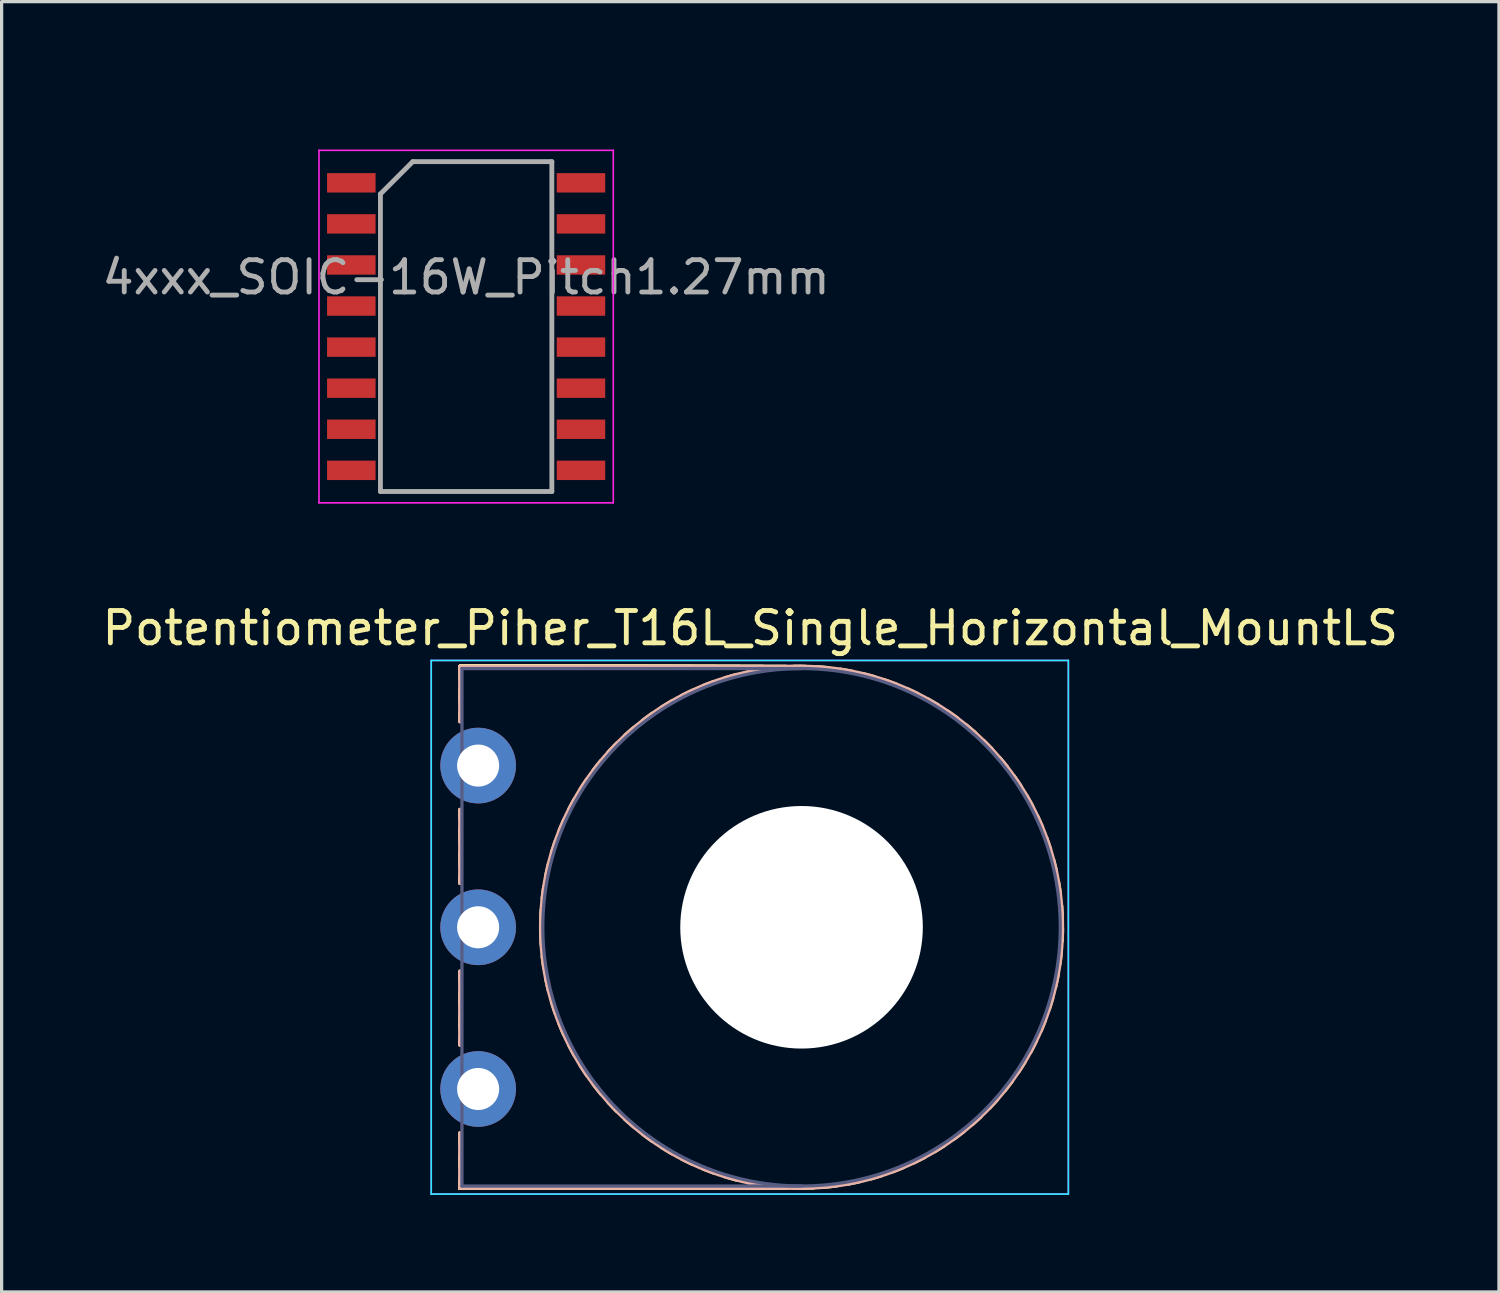
<source format=kicad_pcb>
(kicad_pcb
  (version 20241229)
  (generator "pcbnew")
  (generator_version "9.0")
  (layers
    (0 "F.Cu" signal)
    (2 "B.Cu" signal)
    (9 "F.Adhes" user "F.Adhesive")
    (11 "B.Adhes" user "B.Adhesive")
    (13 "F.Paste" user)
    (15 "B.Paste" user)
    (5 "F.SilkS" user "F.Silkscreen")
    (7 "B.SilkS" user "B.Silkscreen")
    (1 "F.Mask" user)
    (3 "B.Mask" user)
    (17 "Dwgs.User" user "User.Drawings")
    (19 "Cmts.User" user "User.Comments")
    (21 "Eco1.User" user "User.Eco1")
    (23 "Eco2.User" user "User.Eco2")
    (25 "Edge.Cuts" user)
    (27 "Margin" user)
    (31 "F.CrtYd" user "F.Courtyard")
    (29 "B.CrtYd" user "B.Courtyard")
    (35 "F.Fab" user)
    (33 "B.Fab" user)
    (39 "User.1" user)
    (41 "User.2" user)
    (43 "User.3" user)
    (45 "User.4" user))
  (footprint "4xxx_SOIC-16W_Pitch1.27mm"
    (layer "F.Cu")
    (at 11.363 7.048)
    (property "Reference" "4xxx_SOIC-16W_Pitch1.27mm" (at 0 -6.2 0) (layer "Eco2.User") (effects (font (size 1 1) (thickness 0.15))))
    (attr smd)
    (fp_line (start -4.55 -5.45) (end -4.55 5.45) (stroke (width 0.05) (type solid)) (layer "F.CrtYd"))
    (fp_line (start -4.55 -5.45) (end 4.55 -5.45) (stroke (width 0.05) (type solid)) (layer "F.CrtYd"))
    (fp_line (start -4.55 5.45) (end 4.55 5.45) (stroke (width 0.05) (type solid)) (layer "F.CrtYd"))
    (fp_line (start 4.55 -5.45) (end 4.55 5.45) (stroke (width 0.05) (type solid)) (layer "F.CrtYd"))
    (fp_line (start -2.65 -4.1) (end -1.65 -5.1) (stroke (width 0.15) (type solid)) (layer "F.Fab"))
    (fp_line (start -2.65 5.1) (end -2.65 -4.1) (stroke (width 0.15) (type solid)) (layer "F.Fab"))
    (fp_line (start -1.65 -5.1) (end 2.65 -5.1) (stroke (width 0.15) (type solid)) (layer "F.Fab"))
    (fp_line (start 2.65 -5.1) (end 2.65 5.1) (stroke (width 0.15) (type solid)) (layer "F.Fab"))
    (fp_line (start 2.65 5.1) (end -2.65 5.1) (stroke (width 0.15) (type solid)) (layer "F.Fab"))
    (fp_text user "${REFERENCE}" (at 0 -1.524 0) (layer "F.Fab") (effects (font (size 1 1) (thickness 0.15))))
    (pad "1" smd rect (at -3.55 -4.445) (size 1.5 0.6) (layers "F.Cu" "F.Mask" "F.Paste"))
    (pad "2" smd rect (at -3.55 -3.175) (size 1.5 0.6) (layers "F.Cu" "F.Mask" "F.Paste"))
    (pad "3" smd rect (at -3.55 -1.905) (size 1.5 0.6) (layers "F.Cu" "F.Mask" "F.Paste"))
    (pad "4" smd rect (at -3.55 -0.635) (size 1.5 0.6) (layers "F.Cu" "F.Mask" "F.Paste"))
    (pad "5" smd rect (at -3.55 0.635) (size 1.5 0.6) (layers "F.Cu" "F.Mask" "F.Paste"))
    (pad "6" smd rect (at -3.55 1.905) (size 1.5 0.6) (layers "F.Cu" "F.Mask" "F.Paste"))
    (pad "7" smd rect (at -3.55 3.175) (size 1.5 0.6) (layers "F.Cu" "F.Mask" "F.Paste"))
    (pad "8" smd rect (at -3.55 4.445) (size 1.5 0.6) (layers "F.Cu" "F.Mask" "F.Paste"))
    (pad "9" smd rect (at 3.55 4.445) (size 1.5 0.6) (layers "F.Cu" "F.Mask" "F.Paste"))
    (pad "10" smd rect (at 3.55 3.175) (size 1.5 0.6) (layers "F.Cu" "F.Mask" "F.Paste"))
    (pad "11" smd rect (at 3.55 1.905) (size 1.5 0.6) (layers "F.Cu" "F.Mask" "F.Paste"))
    (pad "12" smd rect (at 3.55 0.635) (size 1.5 0.6) (layers "F.Cu" "F.Mask" "F.Paste"))
    (pad "13" smd rect (at 3.55 -0.635) (size 1.5 0.6) (layers "F.Cu" "F.Mask" "F.Paste"))
    (pad "14" smd rect (at 3.55 -1.905) (size 1.5 0.6) (layers "F.Cu" "F.Mask" "F.Paste"))
    (pad "15" smd rect (at 3.55 -3.175) (size 1.5 0.6) (layers "F.Cu" "F.Mask" "F.Paste"))
    (pad "16" smd rect (at 3.55 -4.445) (size 1.5 0.6) (layers "F.Cu" "F.Mask" "F.Paste")))
  (footprint "Potentiometer_Piher_T16L_Single_Horizontal_MountLS"
    (layer "F.Cu")
    (at 11.734 30.622)
    (property "Reference" "Potentiometer_Piher_T16L_Single_Horizontal_MountLS" (at 8.415 -14.25 0) (layer "F.SilkS") (effects (font (size 1 1) (thickness 0.15))))
    (attr through_hole)
    (fp_line (start -0.56 -13.061) (end -0.56 -13.061) (stroke (width 0.12) (type solid)) (layer "F.SilkS"))
    (fp_line (start -0.56 -13.061) (end -0.56 -12.701) (stroke (width 0.12) (type solid)) (layer "F.SilkS"))
    (fp_line (start -0.56 -13.061) (end 0.16 -13.061) (stroke (width 0.12) (type solid)) (layer "F.SilkS"))
    (fp_line (start -0.56 -13.061) (end 0.88 -13.061) (stroke (width 0.12) (type solid)) (layer "F.SilkS"))
    (fp_line (start -0.56 -13.061) (end 1.6 -13.061) (stroke (width 0.12) (type solid)) (layer "F.SilkS"))
    (fp_line (start -0.56 -13.061) (end 2.32 -13.061) (stroke (width 0.12) (type solid)) (layer "F.SilkS"))
    (fp_line (start -0.56 -13.061) (end 3.04 -13.061) (stroke (width 0.12) (type solid)) (layer "F.SilkS"))
    (fp_line (start -0.56 -13.061) (end 3.76 -13.061) (stroke (width 0.12) (type solid)) (layer "F.SilkS"))
    (fp_line (start -0.56 -13.061) (end 4.48 -13.061) (stroke (width 0.12) (type solid)) (layer "F.SilkS"))
    (fp_line (start -0.56 -13.061) (end 5.2 -13.061) (stroke (width 0.12) (type solid)) (layer "F.SilkS"))
    (fp_line (start -0.56 -13.061) (end 5.92 -13.061) (stroke (width 0.12) (type solid)) (layer "F.SilkS"))
    (fp_line (start -0.56 -13.061) (end 6.64 -13.061) (stroke (width 0.12) (type solid)) (layer "F.SilkS"))
    (fp_line (start -0.56 -13.061) (end 7.36 -13.061) (stroke (width 0.12) (type solid)) (layer "F.SilkS"))
    (fp_line (start -0.56 -13.061) (end 8.08 -13.061) (stroke (width 0.12) (type solid)) (layer "F.SilkS"))
    (fp_line (start -0.56 -13.061) (end 8.8 -13.061) (stroke (width 0.12) (type solid)) (layer "F.SilkS"))
    (fp_line (start -0.56 -13.061) (end 9.52 -13.061) (stroke (width 0.12) (type solid)) (layer "F.SilkS"))
    (fp_line (start -0.56 -12.341) (end -0.56 -11.981) (stroke (width 0.12) (type solid)) (layer "F.SilkS"))
    (fp_line (start -0.56 -11.621) (end -0.56 -11.365) (stroke (width 0.12) (type solid)) (layer "F.SilkS"))
    (fp_line (start -0.56 -8.635) (end -0.56 -8.38) (stroke (width 0.12) (type solid)) (layer "F.SilkS"))
    (fp_line (start -0.56 -8.02) (end -0.56 -7.66) (stroke (width 0.12) (type solid)) (layer "F.SilkS"))
    (fp_line (start -0.56 -7.3) (end -0.56 -6.94) (stroke (width 0.12) (type solid)) (layer "F.SilkS"))
    (fp_line (start -0.56 -6.58) (end -0.56 -6.365) (stroke (width 0.12) (type solid)) (layer "F.SilkS"))
    (fp_line (start -0.56 -3.635) (end -0.56 -3.34) (stroke (width 0.12) (type solid)) (layer "F.SilkS"))
    (fp_line (start -0.56 -2.98) (end -0.56 -2.62) (stroke (width 0.12) (type solid)) (layer "F.SilkS"))
    (fp_line (start -0.56 -2.26) (end -0.56 -1.9) (stroke (width 0.12) (type solid)) (layer "F.SilkS"))
    (fp_line (start -0.56 -1.54) (end -0.56 -1.365) (stroke (width 0.12) (type solid)) (layer "F.SilkS"))
    (fp_line (start -0.56 1.365) (end -0.56 1.7) (stroke (width 0.12) (type solid)) (layer "F.SilkS"))
    (fp_line (start -0.56 2.06) (end -0.56 2.42) (stroke (width 0.12) (type solid)) (layer "F.SilkS"))
    (fp_line (start -0.56 2.78) (end -0.56 3.06) (stroke (width 0.12) (type solid)) (layer "F.SilkS"))
    (fp_line (start -0.56 3.06) (end -0.56 3.06) (stroke (width 0.12) (type solid)) (layer "F.SilkS"))
    (fp_line (start -0.56 3.06) (end 0.16 3.06) (stroke (width 0.12) (type solid)) (layer "F.SilkS"))
    (fp_line (start -0.56 3.06) (end 0.88 3.06) (stroke (width 0.12) (type solid)) (layer "F.SilkS"))
    (fp_line (start -0.56 3.06) (end 1.6 3.06) (stroke (width 0.12) (type solid)) (layer "F.SilkS"))
    (fp_line (start -0.56 3.06) (end 2.32 3.06) (stroke (width 0.12) (type solid)) (layer "F.SilkS"))
    (fp_line (start -0.56 3.06) (end 3.04 3.06) (stroke (width 0.12) (type solid)) (layer "F.SilkS"))
    (fp_line (start -0.56 3.06) (end 3.76 3.06) (stroke (width 0.12) (type solid)) (layer "F.SilkS"))
    (fp_line (start -0.56 3.06) (end 4.48 3.06) (stroke (width 0.12) (type solid)) (layer "F.SilkS"))
    (fp_line (start -0.56 3.06) (end 5.2 3.06) (stroke (width 0.12) (type solid)) (layer "F.SilkS"))
    (fp_line (start -0.56 3.06) (end 5.92 3.06) (stroke (width 0.12) (type solid)) (layer "F.SilkS"))
    (fp_line (start -0.56 3.06) (end 6.64 3.06) (stroke (width 0.12) (type solid)) (layer "F.SilkS"))
    (fp_line (start -0.56 3.06) (end 7.36 3.06) (stroke (width 0.12) (type solid)) (layer "F.SilkS"))
    (fp_line (start -0.56 3.06) (end 8.08 3.06) (stroke (width 0.12) (type solid)) (layer "F.SilkS"))
    (fp_line (start -0.56 3.06) (end 8.8 3.06) (stroke (width 0.12) (type solid)) (layer "F.SilkS"))
    (fp_line (start -0.56 3.06) (end 9.52 3.06) (stroke (width 0.12) (type solid)) (layer "F.SilkS"))
    (fp_arc (start 1.942736 -5.175679) (mid 1.948796 -5.358432) (end 1.959 -5.541) (stroke (width 0.12) (type solid)) (layer "F.SilkS"))
    (fp_arc (start 1.958415 -4.455649) (mid 1.948135 -4.638231) (end 1.942 -4.821) (stroke (width 0.12) (type solid)) (layer "F.SilkS"))
    (fp_arc (start 1.990219 -5.893572) (mid 2.012553 -6.075063) (end 2.039 -6.256) (stroke (width 0.12) (type solid)) (layer "F.SilkS"))
    (fp_arc (start 2.038936 -3.740566) (mid 2.012412 -3.921505) (end 1.99 -4.103) (stroke (width 0.12) (type solid)) (layer "F.SilkS"))
    (fp_arc (start 2.10209 -6.604379) (mid 2.140522 -6.783148) (end 2.183 -6.961) (stroke (width 0.12) (type solid)) (layer "F.SilkS"))
    (fp_arc (start 2.183074 -3.035378) (mid 2.140514 -3.213229) (end 2.102 -3.392) (stroke (width 0.12) (type solid)) (layer "F.SilkS"))
    (fp_arc (start 2.276578 -7.303013) (mid 2.330815 -7.477644) (end 2.389 -7.651) (stroke (width 0.12) (type solid)) (layer "F.SilkS"))
    (fp_arc (start 2.389557 -2.346036) (mid 2.331305 -2.519379) (end 2.277 -2.694) (stroke (width 0.12) (type solid)) (layer "F.SilkS"))
    (fp_arc (start 2.513 -7.982438) (mid 2.582591 -8.15153) (end 2.656 -8.319) (stroke (width 0.12) (type solid)) (layer "F.SilkS"))
    (fp_arc (start 2.65716 -1.677487) (mid 2.583671 -1.844931) (end 2.514 -2.014) (stroke (width 0.12) (type solid)) (layer "F.SilkS"))
    (fp_arc (start 2.808543 -8.63852) (mid 2.892942 -8.800738) (end 2.981 -8.961) (stroke (width 0.12) (type solid)) (layer "F.SilkS"))
    (fp_arc (start 2.982614 -1.035589) (mid 2.894478 -1.195815) (end 2.81 -1.358) (stroke (width 0.12) (type solid)) (layer "F.SilkS"))
    (fp_arc (start 3.162433 -9.266219) (mid 3.260982 -9.420247) (end 3.363 -9.572) (stroke (width 0.12) (type solid)) (layer "F.SilkS"))
    (fp_arc (start 3.363693 -0.425248) (mid 3.261612 -0.576986) (end 3.163 -0.731) (stroke (width 0.12) (type solid)) (layer "F.SilkS"))
    (fp_arc (start 3.569902 -9.860315) (mid 3.681825 -10.004946) (end 3.797 -10.147) (stroke (width 0.12) (type solid)) (layer "F.SilkS"))
    (fp_arc (start 3.798173 0.148634) (mid 3.68296 0.006606) (end 3.571 -0.138) (stroke (width 0.12) (type solid)) (layer "F.SilkS"))
    (fp_arc (start 4.029226 -10.414722) (mid 4.153608 -10.548789) (end 4.281 -10.68) (stroke (width 0.12) (type solid)) (layer "F.SilkS"))
    (fp_arc (start 4.282831 0.681196) (mid 4.155411 0.550026) (end 4.031 0.416) (stroke (width 0.12) (type solid)) (layer "F.SilkS"))
    (fp_arc (start 4.536588 -10.925263) (mid 4.672423 -11.047688) (end 4.811 -11.167) (stroke (width 0.12) (type solid)) (layer "F.SilkS"))
    (fp_arc (start 4.812489 1.168671) (mid 4.673874 1.049393) (end 4.538 0.927) (stroke (width 0.12) (type solid)) (layer "F.SilkS"))
    (fp_arc (start 5.086087 -11.389668) (mid 5.232316 -11.499507) (end 5.381 -11.606) (stroke (width 0.12) (type solid)) (layer "F.SilkS"))
    (fp_arc (start 5.382971 1.607244) (mid 5.234259 1.500795) (end 5.088 1.391) (stroke (width 0.12) (type solid)) (layer "F.SilkS"))
    (fp_arc (start 5.675996 -11.801852) (mid 5.831425 -11.898202) (end 5.989 -11.991) (stroke (width 0.12) (type solid)) (layer "F.SilkS"))
    (fp_arc (start 5.991054 1.992056) (mid 5.833455 1.899304) (end 5.678 1.803) (stroke (width 0.12) (type solid)) (layer "F.SilkS"))
    (fp_arc (start 6.300368 -12.160545) (mid 6.463774 -12.242637) (end 6.629 -12.321) (stroke (width 0.12) (type solid)) (layer "F.SilkS"))
    (fp_arc (start 6.630697 2.32238) (mid 6.465439 2.244055) (end 6.302 2.162) (stroke (width 0.12) (type solid)) (layer "F.SilkS"))
    (fp_arc (start 6.953343 -12.462477) (mid 7.123431 -12.529677) (end 7.295 -12.593) (stroke (width 0.12) (type solid)) (layer "F.SilkS"))
    (fp_arc (start 7.297678 2.593402) (mid 7.126099 2.530139) (end 6.956 2.463) (stroke (width 0.12) (type solid)) (layer "F.SilkS"))
    (fp_arc (start 7.631064 -12.704469) (mid 7.806467 -12.756231) (end 7.983 -12.804) (stroke (width 0.12) (type solid)) (layer "F.SilkS"))
    (fp_arc (start 7.984958 2.804442) (mid 7.808415 2.756717) (end 7.633 2.705) (stroke (width 0.12) (type solid)) (layer "F.SilkS"))
    (fp_arc (start 8.328579 -12.885297) (mid 8.507905 -12.921187) (end 8.688 -12.953) (stroke (width 0.12) (type solid)) (layer "F.SilkS"))
    (fp_arc (start 8.689452 2.953638) (mid 8.509342 2.921858) (end 8.33 2.886) (stroke (width 0.12) (type solid)) (layer "F.SilkS"))
    (fp_arc (start 9.037988 -13.002598) (mid 9.219793 -13.022364) (end 9.402 -13.038) (stroke (width 0.12) (type solid)) (layer "F.SilkS"))
    (fp_arc (start 9.404028 3.03831) (mid 9.221814 3.02272) (end 9.04 3.003) (stroke (width 0.12) (type solid)) (layer "F.SilkS"))
    (fp_arc (start 9.756249 -13.057237) (mid 9.939109 -13.060693) (end 10.122 -13.06) (stroke (width 0.12) (type solid)) (layer "F.SilkS"))
    (fp_arc (start 10.123739 3.059684) (mid 9.940854 3.060417) (end 9.758 3.057) (stroke (width 0.12) (type solid)) (layer "F.SilkS"))
    (fp_arc (start 10.365626 3.051703) (mid 10.18286 3.057926) (end 10 3.06) (stroke (width 0.12) (type solid)) (layer "F.SilkS"))
    (fp_arc (start 10.47546 -13.046852) (mid 10.657899 -13.033994) (end 10.84 -13.017) (stroke (width 0.12) (type solid)) (layer "F.SilkS"))
    (fp_arc (start 11.083433 2.987074) (mid 10.901949 3.009598) (end 10.72 3.028) (stroke (width 0.12) (type solid)) (layer "F.SilkS"))
    (fp_arc (start 11.191581 -12.972261) (mid 11.372144 -12.943175) (end 11.552 -12.91) (stroke (width 0.12) (type solid)) (layer "F.SilkS"))
    (fp_arc (start 11.791344 2.858829) (mid 11.612587 2.897447) (end 11.433 2.932) (stroke (width 0.12) (type solid)) (layer "F.SilkS"))
    (fp_arc (start 11.897573 -12.834144) (mid 12.07482 -12.789077) (end 12.251 -12.74) (stroke (width 0.12) (type solid)) (layer "F.SilkS"))
    (fp_arc (start 12.485409 2.668148) (mid 12.310799 2.722562) (end 12.135 2.773) (stroke (width 0.12) (type solid)) (layer "F.SilkS"))
    (fp_arc (start 12.589395 -12.633321) (mid 12.761908 -12.57261) (end 12.933 -12.508) (stroke (width 0.12) (type solid)) (layer "F.SilkS"))
    (fp_arc (start 13.159633 2.415303) (mid 12.990586 2.485078) (end 12.82 2.551) (stroke (width 0.12) (type solid)) (layer "F.SilkS"))
    (fp_arc (start 13.259919 -12.372469) (mid 13.426341 -12.296613) (end 13.591 -12.217) (stroke (width 0.12) (type solid)) (layer "F.SilkS"))
    (fp_arc (start 13.808204 2.104562) (mid 13.64604 2.189131) (end 13.482 2.27) (stroke (width 0.12) (type solid)) (layer "F.SilkS"))
    (fp_arc (start 13.904103 -12.052362) (mid 14.063097 -11.961973) (end 14.22 -11.868) (stroke (width 0.12) (type solid)) (layer "F.SilkS"))
    (fp_arc (start 14.427127 1.736107) (mid 14.273163 1.834813) (end 14.117 1.93) (stroke (width 0.12) (type solid)) (layer "F.SilkS"))
    (fp_arc (start 14.517816 -11.675814) (mid 14.66811 -11.571599) (end 14.816 -11.464) (stroke (width 0.12) (type solid)) (layer "F.SilkS"))
    (fp_arc (start 15.00959 1.31425) (mid 14.865047 1.426279) (end 14.718 1.535) (stroke (width 0.12) (type solid)) (layer "F.SilkS"))
    (fp_arc (start 15.095927 -11.245596) (mid 15.236311 -11.128375) (end 15.374 -11.008) (stroke (width 0.12) (type solid)) (layer "F.SilkS"))
    (fp_arc (start 15.553731 0.84208) (mid 15.41976 0.966576) (end 15.283 1.088) (stroke (width 0.12) (type solid)) (layer "F.SilkS"))
    (fp_arc (start 15.632215 -10.76643) (mid 15.76159 -10.637166) (end 15.888 -10.505) (stroke (width 0.12) (type solid)) (layer "F.SilkS"))
    (fp_arc (start 16.052739 0.32391) (mid 15.930396 0.45986) (end 15.805 0.593) (stroke (width 0.12) (type solid)) (layer "F.SilkS"))
    (fp_arc (start 16.124593 -10.240224) (mid 16.241903 -10.099925) (end 16.356 -9.957) (stroke (width 0.12) (type solid)) (layer "F.SilkS"))
    (fp_arc (start 16.502754 -0.237081) (mid 16.393022 -0.090777) (end 16.28 0.053) (stroke (width 0.12) (type solid)) (layer "F.SilkS"))
    (fp_arc (start 16.567791 -9.672745) (mid 16.672113 -9.522536) (end 16.773 -9.37) (stroke (width 0.12) (type solid)) (layer "F.SilkS"))
    (fp_arc (start 16.90196 -0.836808) (mid 16.805732 -0.681292) (end 16.706 -0.528) (stroke (width 0.12) (type solid)) (layer "F.SilkS"))
    (fp_arc (start 16.958588 -9.068851) (mid 17.049108 -8.909932) (end 17.136 -8.749) (stroke (width 0.12) (type solid)) (layer "F.SilkS"))
    (fp_arc (start 17.245633 -1.469049) (mid 17.16366 -1.305574) (end 17.078 -1.144) (stroke (width 0.12) (type solid)) (layer "F.SilkS"))
    (fp_arc (start 17.29385 -8.431403) (mid 17.369822 -8.265042) (end 17.442 -8.097) (stroke (width 0.12) (type solid)) (layer "F.SilkS"))
    (fp_arc (start 17.532004 -2.128718) (mid 17.464924 -1.958576) (end 17.394 -1.79) (stroke (width 0.12) (type solid)) (layer "F.SilkS"))
    (fp_arc (start 17.570262 -7.767258) (mid 17.631095 -7.594797) (end 17.688 -7.421) (stroke (width 0.12) (type solid)) (layer "F.SilkS"))
    (fp_arc (start 17.75821 -2.812684) (mid 17.706589 -2.637234) (end 17.651 -2.463) (stroke (width 0.12) (type solid)) (layer "F.SilkS"))
    (fp_arc (start 17.787643 -7.080412) (mid 17.832837 -6.903196) (end 17.874 -6.725) (stroke (width 0.12) (type solid)) (layer "F.SilkS"))
    (fp_arc (start 17.922617 -3.512863) (mid 17.886839 -3.333503) (end 17.847 -3.155) (stroke (width 0.12) (type solid)) (layer "F.SilkS"))
    (fp_arc (start 17.94168 -6.377677) (mid 17.970892 -6.197147) (end 17.996 -6.016) (stroke (width 0.12) (type solid)) (layer "F.SilkS"))
    (fp_arc (start 18.023363 -4.226167) (mid 18.003742 -4.044338) (end 17.98 -3.863) (stroke (width 0.12) (type solid)) (layer "F.SilkS"))
    (fp_arc (start 18.033144 -5.664091) (mid 18.046143 -5.481669) (end 18.055 -5.299) (stroke (width 0.12) (type solid)) (layer "F.SilkS"))
    (fp_arc (start 18.060811 -4.944605) (mid 18.057479 -4.761741) (end 18.05 -4.579) (stroke (width 0.12) (type solid)) (layer "F.SilkS"))
    (fp_line (start -0.56 -13.061) (end -0.56 -11.365) (stroke (width 0.12) (type solid)) (layer "B.SilkS"))
    (fp_line (start -0.56 -13.061) (end 10 -13.061) (stroke (width 0.12) (type solid)) (layer "B.SilkS"))
    (fp_line (start -0.56 -8.635) (end -0.56 -6.365) (stroke (width 0.12) (type solid)) (layer "B.SilkS"))
    (fp_line (start -0.56 -3.635) (end -0.56 -1.365) (stroke (width 0.12) (type solid)) (layer "B.SilkS"))
    (fp_line (start -0.56 1.365) (end -0.56 3.06) (stroke (width 0.12) (type solid)) (layer "B.SilkS"))
    (fp_line (start -0.56 3.06) (end 10 3.06) (stroke (width 0.12) (type solid)) (layer "B.SilkS"))
    (fp_circle (center 10 -5) (end 18.06 -5) (stroke (width 0.12) (type solid)) (fill no) (layer "B.SilkS"))
    (fp_line (start -1.45 -13.25) (end -1.45 3.25) (stroke (width 0.05) (type solid)) (layer "B.CrtYd"))
    (fp_line (start -1.45 3.25) (end 18.25 3.25) (stroke (width 0.05) (type solid)) (layer "B.CrtYd"))
    (fp_line (start 18.25 -13.25) (end -1.45 -13.25) (stroke (width 0.05) (type solid)) (layer "B.CrtYd"))
    (fp_line (start 18.25 3.25) (end 18.25 -13.25) (stroke (width 0.05) (type solid)) (layer "B.CrtYd"))
    (fp_line (start -1.45 -13.25) (end -1.45 3.25) (stroke (width 0.05) (type solid)) (layer "F.CrtYd"))
    (fp_line (start -1.45 3.25) (end 18.25 3.25) (stroke (width 0.05) (type solid)) (layer "F.CrtYd"))
    (fp_line (start 18.25 -13.25) (end -1.45 -13.25) (stroke (width 0.05) (type solid)) (layer "F.CrtYd"))
    (fp_line (start 18.25 3.25) (end 18.25 -13.25) (stroke (width 0.05) (type solid)) (layer "F.CrtYd"))
    (fp_line (start -0.5 -13) (end -0.5 3) (stroke (width 0.1) (type solid)) (layer "B.Fab"))
    (fp_line (start -0.5 3) (end 10 3) (stroke (width 0.1) (type solid)) (layer "B.Fab"))
    (fp_line (start 10 -13) (end -0.5 -13) (stroke (width 0.1) (type solid)) (layer "B.Fab"))
    (fp_circle (center 10 -5) (end 12 -5) (stroke (width 0.1) (type solid)) (fill no) (layer "B.Fab"))
    (fp_circle (center 10 -5) (end 13.5 -5) (stroke (width 0.1) (type solid)) (fill no) (layer "B.Fab"))
    (fp_circle (center 10 -5) (end 18 -5) (stroke (width 0.1) (type solid)) (fill no) (layer "B.Fab"))
    (pad "" np_thru_hole circle (at 10 -5) (size 7.5 7.5) (drill 7.5) (layers "*.Cu" "*.Mask"))
    (pad "1" thru_hole circle (at 0 0) (size 2.34 2.34) (drill 1.3) (layers "*.Cu" "*.Mask"))
    (pad "2" thru_hole circle (at 0 -5) (size 2.34 2.34) (drill 1.3) (layers "*.Cu" "*.Mask"))
    (pad "3" thru_hole circle (at 0 -10) (size 2.34 2.34) (drill 1.3) (layers "*.Cu" "*.Mask")))
  (gr_rect
    (start -3 -3)
    (end 43.298 36.897)
    (stroke (width 0.1) (type default))
    (fill no)
    (layer "Edge.Cuts")))
</source>
